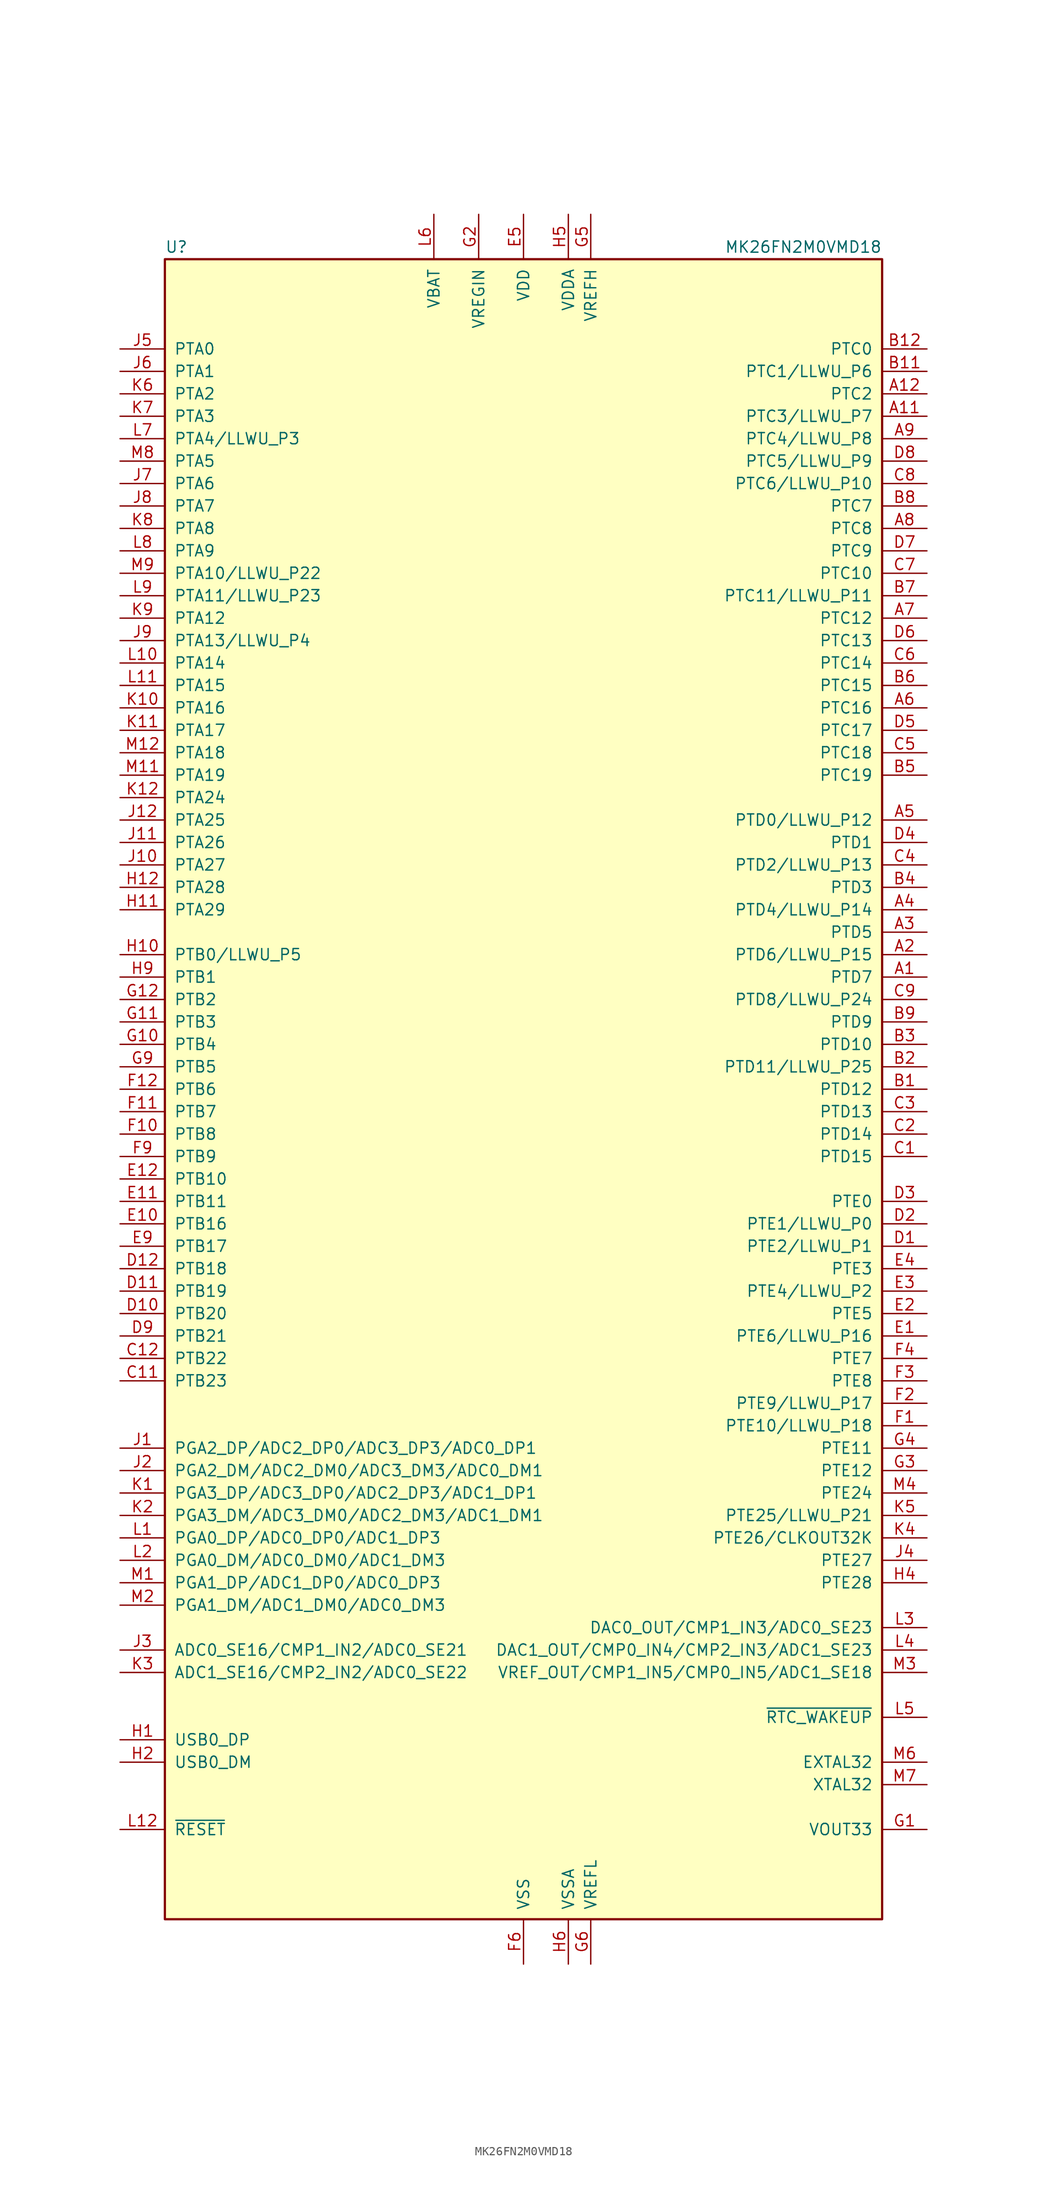
<source format=kicad_sym>
(kicad_symbol_lib
  (version 20200908)
  (generator kicad_symbol_editor)
  (symbol "MCU_NXP_Kinetis:MK26FN2M0VMD18"
    (pin_names
      (offset 1.016))
    (property "Reference" "U"
      (at -40.64 94.615 0)
      (effects (font (size 1.27 1.27)) (justify left bottom)))
    (property "Value" "MK26FN2M0VMD18"
      (at 40.64 94.615 0)
      (effects (font (size 1.27 1.27)) (justify right bottom)))
    (symbol "MK26FN2M0VMD18_0_1"
      (rectangle (start -40.64 93.98) (end 40.64 -93.98) (stroke (width 0.254)) (fill (type background))))
    (symbol "MK26FN2M0VMD18_1_1"
      (pin bidirectional line (at 45.72 12.7 180) (length 5.08) (name "PTD7" (effects (font (size 1.27 1.27)))) (number "A1" (effects (font (size 1.27 1.27)))))
      (pin unconnected line (at -12.7 -99.06 90) (length 5.08) hide (name "NC" (effects (font (size 1.27 1.27)))) (number "A10" (effects (font (size 1.27 1.27)))))
      (pin bidirectional line (at 45.72 76.2 180) (length 5.08) (name "PTC3/LLWU_P7" (effects (font (size 1.27 1.27)))) (number "A11" (effects (font (size 1.27 1.27)))))
      (pin bidirectional line (at 45.72 78.74 180) (length 5.08) (name "PTC2" (effects (font (size 1.27 1.27)))) (number "A12" (effects (font (size 1.27 1.27)))))
      (pin bidirectional line (at 45.72 15.24 180) (length 5.08) (name "PTD6/LLWU_P15" (effects (font (size 1.27 1.27)))) (number "A2" (effects (font (size 1.27 1.27)))))
      (pin bidirectional line (at 45.72 17.78 180) (length 5.08) (name "PTD5" (effects (font (size 1.27 1.27)))) (number "A3" (effects (font (size 1.27 1.27)))))
      (pin bidirectional line (at 45.72 20.32 180) (length 5.08) (name "PTD4/LLWU_P14" (effects (font (size 1.27 1.27)))) (number "A4" (effects (font (size 1.27 1.27)))))
      (pin bidirectional line (at 45.72 30.48 180) (length 5.08) (name "PTD0/LLWU_P12" (effects (font (size 1.27 1.27)))) (number "A5" (effects (font (size 1.27 1.27)))))
      (pin bidirectional line (at 45.72 43.18 180) (length 5.08) (name "PTC16" (effects (font (size 1.27 1.27)))) (number "A6" (effects (font (size 1.27 1.27)))))
      (pin bidirectional line (at 45.72 53.34 180) (length 5.08) (name "PTC12" (effects (font (size 1.27 1.27)))) (number "A7" (effects (font (size 1.27 1.27)))))
      (pin bidirectional line (at 45.72 63.5 180) (length 5.08) (name "PTC8" (effects (font (size 1.27 1.27)))) (number "A8" (effects (font (size 1.27 1.27)))))
      (pin bidirectional line (at 45.72 73.66 180) (length 5.08) (name "PTC4/LLWU_P8" (effects (font (size 1.27 1.27)))) (number "A9" (effects (font (size 1.27 1.27)))))
      (pin bidirectional line (at 45.72 0 180) (length 5.08) (name "PTD12" (effects (font (size 1.27 1.27)))) (number "B1" (effects (font (size 1.27 1.27)))))
      (pin unconnected line (at -10.16 -99.06 90) (length 5.08) hide (name "NC" (effects (font (size 1.27 1.27)))) (number "B10" (effects (font (size 1.27 1.27)))))
      (pin bidirectional line (at 45.72 81.28 180) (length 5.08) (name "PTC1/LLWU_P6" (effects (font (size 1.27 1.27)))) (number "B11" (effects (font (size 1.27 1.27)))))
      (pin bidirectional line (at 45.72 83.82 180) (length 5.08) (name "PTC0" (effects (font (size 1.27 1.27)))) (number "B12" (effects (font (size 1.27 1.27)))))
      (pin bidirectional line (at 45.72 2.54 180) (length 5.08) (name "PTD11/LLWU_P25" (effects (font (size 1.27 1.27)))) (number "B2" (effects (font (size 1.27 1.27)))))
      (pin bidirectional line (at 45.72 5.08 180) (length 5.08) (name "PTD10" (effects (font (size 1.27 1.27)))) (number "B3" (effects (font (size 1.27 1.27)))))
      (pin bidirectional line (at 45.72 22.86 180) (length 5.08) (name "PTD3" (effects (font (size 1.27 1.27)))) (number "B4" (effects (font (size 1.27 1.27)))))
      (pin bidirectional line (at 45.72 35.56 180) (length 5.08) (name "PTC19" (effects (font (size 1.27 1.27)))) (number "B5" (effects (font (size 1.27 1.27)))))
      (pin bidirectional line (at 45.72 45.72 180) (length 5.08) (name "PTC15" (effects (font (size 1.27 1.27)))) (number "B6" (effects (font (size 1.27 1.27)))))
      (pin bidirectional line (at 45.72 55.88 180) (length 5.08) (name "PTC11/LLWU_P11" (effects (font (size 1.27 1.27)))) (number "B7" (effects (font (size 1.27 1.27)))))
      (pin bidirectional line (at 45.72 66.04 180) (length 5.08) (name "PTC7" (effects (font (size 1.27 1.27)))) (number "B8" (effects (font (size 1.27 1.27)))))
      (pin bidirectional line (at 45.72 7.62 180) (length 5.08) (name "PTD9" (effects (font (size 1.27 1.27)))) (number "B9" (effects (font (size 1.27 1.27)))))
      (pin bidirectional line (at 45.72 -7.62 180) (length 5.08) (name "PTD15" (effects (font (size 1.27 1.27)))) (number "C1" (effects (font (size 1.27 1.27)))))
      (pin unconnected line (at -7.62 -99.06 90) (length 5.08) hide (name "NC" (effects (font (size 1.27 1.27)))) (number "C10" (effects (font (size 1.27 1.27)))))
      (pin bidirectional line (at -45.72 -33.02 0) (length 5.08) (name "PTB23" (effects (font (size 1.27 1.27)))) (number "C11" (effects (font (size 1.27 1.27)))))
      (pin bidirectional line (at -45.72 -30.48 0) (length 5.08) (name "PTB22" (effects (font (size 1.27 1.27)))) (number "C12" (effects (font (size 1.27 1.27)))))
      (pin bidirectional line (at 45.72 -5.08 180) (length 5.08) (name "PTD14" (effects (font (size 1.27 1.27)))) (number "C2" (effects (font (size 1.27 1.27)))))
      (pin bidirectional line (at 45.72 -2.54 180) (length 5.08) (name "PTD13" (effects (font (size 1.27 1.27)))) (number "C3" (effects (font (size 1.27 1.27)))))
      (pin bidirectional line (at 45.72 25.4 180) (length 5.08) (name "PTD2/LLWU_P13" (effects (font (size 1.27 1.27)))) (number "C4" (effects (font (size 1.27 1.27)))))
      (pin bidirectional line (at 45.72 38.1 180) (length 5.08) (name "PTC18" (effects (font (size 1.27 1.27)))) (number "C5" (effects (font (size 1.27 1.27)))))
      (pin bidirectional line (at 45.72 48.26 180) (length 5.08) (name "PTC14" (effects (font (size 1.27 1.27)))) (number "C6" (effects (font (size 1.27 1.27)))))
      (pin bidirectional line (at 45.72 58.42 180) (length 5.08) (name "PTC10" (effects (font (size 1.27 1.27)))) (number "C7" (effects (font (size 1.27 1.27)))))
      (pin bidirectional line (at 45.72 68.58 180) (length 5.08) (name "PTC6/LLWU_P10" (effects (font (size 1.27 1.27)))) (number "C8" (effects (font (size 1.27 1.27)))))
      (pin bidirectional line (at 45.72 10.16 180) (length 5.08) (name "PTD8/LLWU_P24" (effects (font (size 1.27 1.27)))) (number "C9" (effects (font (size 1.27 1.27)))))
      (pin bidirectional line (at 45.72 -17.78 180) (length 5.08) (name "PTE2/LLWU_P1" (effects (font (size 1.27 1.27)))) (number "D1" (effects (font (size 1.27 1.27)))))
      (pin bidirectional line (at -45.72 -25.4 0) (length 5.08) (name "PTB20" (effects (font (size 1.27 1.27)))) (number "D10" (effects (font (size 1.27 1.27)))))
      (pin bidirectional line (at -45.72 -22.86 0) (length 5.08) (name "PTB19" (effects (font (size 1.27 1.27)))) (number "D11" (effects (font (size 1.27 1.27)))))
      (pin bidirectional line (at -45.72 -20.32 0) (length 5.08) (name "PTB18" (effects (font (size 1.27 1.27)))) (number "D12" (effects (font (size 1.27 1.27)))))
      (pin bidirectional line (at 45.72 -15.24 180) (length 5.08) (name "PTE1/LLWU_P0" (effects (font (size 1.27 1.27)))) (number "D2" (effects (font (size 1.27 1.27)))))
      (pin bidirectional line (at 45.72 -12.7 180) (length 5.08) (name "PTE0" (effects (font (size 1.27 1.27)))) (number "D3" (effects (font (size 1.27 1.27)))))
      (pin bidirectional line (at 45.72 27.94 180) (length 5.08) (name "PTD1" (effects (font (size 1.27 1.27)))) (number "D4" (effects (font (size 1.27 1.27)))))
      (pin bidirectional line (at 45.72 40.64 180) (length 5.08) (name "PTC17" (effects (font (size 1.27 1.27)))) (number "D5" (effects (font (size 1.27 1.27)))))
      (pin bidirectional line (at 45.72 50.8 180) (length 5.08) (name "PTC13" (effects (font (size 1.27 1.27)))) (number "D6" (effects (font (size 1.27 1.27)))))
      (pin bidirectional line (at 45.72 60.96 180) (length 5.08) (name "PTC9" (effects (font (size 1.27 1.27)))) (number "D7" (effects (font (size 1.27 1.27)))))
      (pin bidirectional line (at 45.72 71.12 180) (length 5.08) (name "PTC5/LLWU_P9" (effects (font (size 1.27 1.27)))) (number "D8" (effects (font (size 1.27 1.27)))))
      (pin bidirectional line (at -45.72 -27.94 0) (length 5.08) (name "PTB21" (effects (font (size 1.27 1.27)))) (number "D9" (effects (font (size 1.27 1.27)))))
      (pin bidirectional line (at 45.72 -27.94 180) (length 5.08) (name "PTE6/LLWU_P16" (effects (font (size 1.27 1.27)))) (number "E1" (effects (font (size 1.27 1.27)))))
      (pin bidirectional line (at -45.72 -15.24 0) (length 5.08) (name "PTB16" (effects (font (size 1.27 1.27)))) (number "E10" (effects (font (size 1.27 1.27)))))
      (pin bidirectional line (at -45.72 -12.7 0) (length 5.08) (name "PTB11" (effects (font (size 1.27 1.27)))) (number "E11" (effects (font (size 1.27 1.27)))))
      (pin bidirectional line (at -45.72 -10.16 0) (length 5.08) (name "PTB10" (effects (font (size 1.27 1.27)))) (number "E12" (effects (font (size 1.27 1.27)))))
      (pin bidirectional line (at 45.72 -25.4 180) (length 5.08) (name "PTE5" (effects (font (size 1.27 1.27)))) (number "E2" (effects (font (size 1.27 1.27)))))
      (pin bidirectional line (at 45.72 -22.86 180) (length 5.08) (name "PTE4/LLWU_P2" (effects (font (size 1.27 1.27)))) (number "E3" (effects (font (size 1.27 1.27)))))
      (pin bidirectional line (at 45.72 -20.32 180) (length 5.08) (name "PTE3" (effects (font (size 1.27 1.27)))) (number "E4" (effects (font (size 1.27 1.27)))))
      (pin power_in line (at 0 99.06 270) (length 5.08) (name "VDD" (effects (font (size 1.27 1.27)))) (number "E5" (effects (font (size 1.27 1.27)))))
      (pin passive line (at 0 99.06 270) (length 5.08) hide (name "VDD" (effects (font (size 1.27 1.27)))) (number "E6" (effects (font (size 1.27 1.27)))))
      (pin passive line (at 0 99.06 270) (length 5.08) hide (name "VDD" (effects (font (size 1.27 1.27)))) (number "E7" (effects (font (size 1.27 1.27)))))
      (pin passive line (at 0 99.06 270) (length 5.08) hide (name "VDD" (effects (font (size 1.27 1.27)))) (number "E8" (effects (font (size 1.27 1.27)))))
      (pin bidirectional line (at -45.72 -17.78 0) (length 5.08) (name "PTB17" (effects (font (size 1.27 1.27)))) (number "E9" (effects (font (size 1.27 1.27)))))
      (pin bidirectional line (at 45.72 -38.1 180) (length 5.08) (name "PTE10/LLWU_P18" (effects (font (size 1.27 1.27)))) (number "F1" (effects (font (size 1.27 1.27)))))
      (pin bidirectional line (at -45.72 -5.08 0) (length 5.08) (name "PTB8" (effects (font (size 1.27 1.27)))) (number "F10" (effects (font (size 1.27 1.27)))))
      (pin bidirectional line (at -45.72 -2.54 0) (length 5.08) (name "PTB7" (effects (font (size 1.27 1.27)))) (number "F11" (effects (font (size 1.27 1.27)))))
      (pin bidirectional line (at -45.72 0 0) (length 5.08) (name "PTB6" (effects (font (size 1.27 1.27)))) (number "F12" (effects (font (size 1.27 1.27)))))
      (pin bidirectional line (at 45.72 -35.56 180) (length 5.08) (name "PTE9/LLWU_P17" (effects (font (size 1.27 1.27)))) (number "F2" (effects (font (size 1.27 1.27)))))
      (pin bidirectional line (at 45.72 -33.02 180) (length 5.08) (name "PTE8" (effects (font (size 1.27 1.27)))) (number "F3" (effects (font (size 1.27 1.27)))))
      (pin bidirectional line (at 45.72 -30.48 180) (length 5.08) (name "PTE7" (effects (font (size 1.27 1.27)))) (number "F4" (effects (font (size 1.27 1.27)))))
      (pin passive line (at 0 99.06 270) (length 5.08) hide (name "VDD" (effects (font (size 1.27 1.27)))) (number "F5" (effects (font (size 1.27 1.27)))))
      (pin power_in line (at 0 -99.06 90) (length 5.08) (name "VSS" (effects (font (size 1.27 1.27)))) (number "F6" (effects (font (size 1.27 1.27)))))
      (pin passive line (at 0 -99.06 90) (length 5.08) hide (name "VSS" (effects (font (size 1.27 1.27)))) (number "F7" (effects (font (size 1.27 1.27)))))
      (pin passive line (at 0 99.06 270) (length 5.08) hide (name "VDD" (effects (font (size 1.27 1.27)))) (number "F8" (effects (font (size 1.27 1.27)))))
      (pin bidirectional line (at -45.72 -7.62 0) (length 5.08) (name "PTB9" (effects (font (size 1.27 1.27)))) (number "F9" (effects (font (size 1.27 1.27)))))
      (pin power_out line (at 45.72 -83.82 180) (length 5.08) (name "VOUT33" (effects (font (size 1.27 1.27)))) (number "G1" (effects (font (size 1.27 1.27)))))
      (pin bidirectional line (at -45.72 5.08 0) (length 5.08) (name "PTB4" (effects (font (size 1.27 1.27)))) (number "G10" (effects (font (size 1.27 1.27)))))
      (pin bidirectional line (at -45.72 7.62 0) (length 5.08) (name "PTB3" (effects (font (size 1.27 1.27)))) (number "G11" (effects (font (size 1.27 1.27)))))
      (pin bidirectional line (at -45.72 10.16 0) (length 5.08) (name "PTB2" (effects (font (size 1.27 1.27)))) (number "G12" (effects (font (size 1.27 1.27)))))
      (pin power_in line (at -5.08 99.06 270) (length 5.08) (name "VREGIN" (effects (font (size 1.27 1.27)))) (number "G2" (effects (font (size 1.27 1.27)))))
      (pin bidirectional line (at 45.72 -43.18 180) (length 5.08) (name "PTE12" (effects (font (size 1.27 1.27)))) (number "G3" (effects (font (size 1.27 1.27)))))
      (pin bidirectional line (at 45.72 -40.64 180) (length 5.08) (name "PTE11" (effects (font (size 1.27 1.27)))) (number "G4" (effects (font (size 1.27 1.27)))))
      (pin power_in line (at 7.62 99.06 270) (length 5.08) (name "VREFH" (effects (font (size 1.27 1.27)))) (number "G5" (effects (font (size 1.27 1.27)))))
      (pin power_in line (at 7.62 -99.06 90) (length 5.08) (name "VREFL" (effects (font (size 1.27 1.27)))) (number "G6" (effects (font (size 1.27 1.27)))))
      (pin passive line (at 0 -99.06 90) (length 5.08) hide (name "VSS" (effects (font (size 1.27 1.27)))) (number "G7" (effects (font (size 1.27 1.27)))))
      (pin passive line (at 0 -99.06 90) (length 5.08) hide (name "VSS" (effects (font (size 1.27 1.27)))) (number "G8" (effects (font (size 1.27 1.27)))))
      (pin bidirectional line (at -45.72 2.54 0) (length 5.08) (name "PTB5" (effects (font (size 1.27 1.27)))) (number "G9" (effects (font (size 1.27 1.27)))))
      (pin bidirectional line (at -45.72 -73.66 0) (length 5.08) (name "USB0_DP" (effects (font (size 1.27 1.27)))) (number "H1" (effects (font (size 1.27 1.27)))))
      (pin bidirectional line (at -45.72 15.24 0) (length 5.08) (name "PTB0/LLWU_P5" (effects (font (size 1.27 1.27)))) (number "H10" (effects (font (size 1.27 1.27)))))
      (pin bidirectional line (at -45.72 20.32 0) (length 5.08) (name "PTA29" (effects (font (size 1.27 1.27)))) (number "H11" (effects (font (size 1.27 1.27)))))
      (pin bidirectional line (at -45.72 22.86 0) (length 5.08) (name "PTA28" (effects (font (size 1.27 1.27)))) (number "H12" (effects (font (size 1.27 1.27)))))
      (pin bidirectional line (at -45.72 -76.2 0) (length 5.08) (name "USB0_DM" (effects (font (size 1.27 1.27)))) (number "H2" (effects (font (size 1.27 1.27)))))
      (pin passive line (at 0 -99.06 90) (length 5.08) hide (name "VSS" (effects (font (size 1.27 1.27)))) (number "H3" (effects (font (size 1.27 1.27)))))
      (pin bidirectional line (at 45.72 -55.88 180) (length 5.08) (name "PTE28" (effects (font (size 1.27 1.27)))) (number "H4" (effects (font (size 1.27 1.27)))))
      (pin power_in line (at 5.08 99.06 270) (length 5.08) (name "VDDA" (effects (font (size 1.27 1.27)))) (number "H5" (effects (font (size 1.27 1.27)))))
      (pin power_in line (at 5.08 -99.06 90) (length 5.08) (name "VSSA" (effects (font (size 1.27 1.27)))) (number "H6" (effects (font (size 1.27 1.27)))))
      (pin passive line (at 0 -99.06 90) (length 5.08) hide (name "VSS" (effects (font (size 1.27 1.27)))) (number "H7" (effects (font (size 1.27 1.27)))))
      (pin passive line (at 0 -99.06 90) (length 5.08) hide (name "VSS" (effects (font (size 1.27 1.27)))) (number "H8" (effects (font (size 1.27 1.27)))))
      (pin bidirectional line (at -45.72 12.7 0) (length 5.08) (name "PTB1" (effects (font (size 1.27 1.27)))) (number "H9" (effects (font (size 1.27 1.27)))))
      (pin input line (at -45.72 -40.64 0) (length 5.08) (name "PGA2_DP/ADC2_DP0/ADC3_DP3/ADC0_DP1" (effects (font (size 1.27 1.27)))) (number "J1" (effects (font (size 1.27 1.27)))))
      (pin bidirectional line (at -45.72 25.4 0) (length 5.08) (name "PTA27" (effects (font (size 1.27 1.27)))) (number "J10" (effects (font (size 1.27 1.27)))))
      (pin bidirectional line (at -45.72 27.94 0) (length 5.08) (name "PTA26" (effects (font (size 1.27 1.27)))) (number "J11" (effects (font (size 1.27 1.27)))))
      (pin bidirectional line (at -45.72 30.48 0) (length 5.08) (name "PTA25" (effects (font (size 1.27 1.27)))) (number "J12" (effects (font (size 1.27 1.27)))))
      (pin input line (at -45.72 -43.18 0) (length 5.08) (name "PGA2_DM/ADC2_DM0/ADC3_DM3/ADC0_DM1" (effects (font (size 1.27 1.27)))) (number "J2" (effects (font (size 1.27 1.27)))))
      (pin input line (at -45.72 -63.5 0) (length 5.08) (name "ADC0_SE16/CMP1_IN2/ADC0_SE21" (effects (font (size 1.27 1.27)))) (number "J3" (effects (font (size 1.27 1.27)))))
      (pin bidirectional line (at 45.72 -53.34 180) (length 5.08) (name "PTE27" (effects (font (size 1.27 1.27)))) (number "J4" (effects (font (size 1.27 1.27)))))
      (pin bidirectional line (at -45.72 83.82 0) (length 5.08) (name "PTA0" (effects (font (size 1.27 1.27)))) (number "J5" (effects (font (size 1.27 1.27)))))
      (pin bidirectional line (at -45.72 81.28 0) (length 5.08) (name "PTA1" (effects (font (size 1.27 1.27)))) (number "J6" (effects (font (size 1.27 1.27)))))
      (pin bidirectional line (at -45.72 68.58 0) (length 5.08) (name "PTA6" (effects (font (size 1.27 1.27)))) (number "J7" (effects (font (size 1.27 1.27)))))
      (pin bidirectional line (at -45.72 66.04 0) (length 5.08) (name "PTA7" (effects (font (size 1.27 1.27)))) (number "J8" (effects (font (size 1.27 1.27)))))
      (pin bidirectional line (at -45.72 50.8 0) (length 5.08) (name "PTA13/LLWU_P4" (effects (font (size 1.27 1.27)))) (number "J9" (effects (font (size 1.27 1.27)))))
      (pin input line (at -45.72 -45.72 0) (length 5.08) (name "PGA3_DP/ADC3_DP0/ADC2_DP3/ADC1_DP1" (effects (font (size 1.27 1.27)))) (number "K1" (effects (font (size 1.27 1.27)))))
      (pin bidirectional line (at -45.72 43.18 0) (length 5.08) (name "PTA16" (effects (font (size 1.27 1.27)))) (number "K10" (effects (font (size 1.27 1.27)))))
      (pin bidirectional line (at -45.72 40.64 0) (length 5.08) (name "PTA17" (effects (font (size 1.27 1.27)))) (number "K11" (effects (font (size 1.27 1.27)))))
      (pin bidirectional line (at -45.72 33.02 0) (length 5.08) (name "PTA24" (effects (font (size 1.27 1.27)))) (number "K12" (effects (font (size 1.27 1.27)))))
      (pin input line (at -45.72 -48.26 0) (length 5.08) (name "PGA3_DM/ADC3_DM0/ADC2_DM3/ADC1_DM1" (effects (font (size 1.27 1.27)))) (number "K2" (effects (font (size 1.27 1.27)))))
      (pin input line (at -45.72 -66.04 0) (length 5.08) (name "ADC1_SE16/CMP2_IN2/ADC0_SE22" (effects (font (size 1.27 1.27)))) (number "K3" (effects (font (size 1.27 1.27)))))
      (pin bidirectional line (at 45.72 -50.8 180) (length 5.08) (name "PTE26/CLKOUT32K" (effects (font (size 1.27 1.27)))) (number "K4" (effects (font (size 1.27 1.27)))))
      (pin bidirectional line (at 45.72 -48.26 180) (length 5.08) (name "PTE25/LLWU_P21" (effects (font (size 1.27 1.27)))) (number "K5" (effects (font (size 1.27 1.27)))))
      (pin bidirectional line (at -45.72 78.74 0) (length 5.08) (name "PTA2" (effects (font (size 1.27 1.27)))) (number "K6" (effects (font (size 1.27 1.27)))))
      (pin bidirectional line (at -45.72 76.2 0) (length 5.08) (name "PTA3" (effects (font (size 1.27 1.27)))) (number "K7" (effects (font (size 1.27 1.27)))))
      (pin bidirectional line (at -45.72 63.5 0) (length 5.08) (name "PTA8" (effects (font (size 1.27 1.27)))) (number "K8" (effects (font (size 1.27 1.27)))))
      (pin bidirectional line (at -45.72 53.34 0) (length 5.08) (name "PTA12" (effects (font (size 1.27 1.27)))) (number "K9" (effects (font (size 1.27 1.27)))))
      (pin input line (at -45.72 -50.8 0) (length 5.08) (name "PGA0_DP/ADC0_DP0/ADC1_DP3" (effects (font (size 1.27 1.27)))) (number "L1" (effects (font (size 1.27 1.27)))))
      (pin bidirectional line (at -45.72 48.26 0) (length 5.08) (name "PTA14" (effects (font (size 1.27 1.27)))) (number "L10" (effects (font (size 1.27 1.27)))))
      (pin bidirectional line (at -45.72 45.72 0) (length 5.08) (name "PTA15" (effects (font (size 1.27 1.27)))) (number "L11" (effects (font (size 1.27 1.27)))))
      (pin bidirectional line (at -45.72 -83.82 0) (length 5.08) (name "~RESET" (effects (font (size 1.27 1.27)))) (number "L12" (effects (font (size 1.27 1.27)))))
      (pin input line (at -45.72 -53.34 0) (length 5.08) (name "PGA0_DM/ADC0_DM0/ADC1_DM3" (effects (font (size 1.27 1.27)))) (number "L2" (effects (font (size 1.27 1.27)))))
      (pin bidirectional line (at 45.72 -60.96 180) (length 5.08) (name "DAC0_OUT/CMP1_IN3/ADC0_SE23" (effects (font (size 1.27 1.27)))) (number "L3" (effects (font (size 1.27 1.27)))))
      (pin bidirectional line (at 45.72 -63.5 180) (length 5.08) (name "DAC1_OUT/CMP0_IN4/CMP2_IN3/ADC1_SE23" (effects (font (size 1.27 1.27)))) (number "L4" (effects (font (size 1.27 1.27)))))
      (pin output line (at 45.72 -71.12 180) (length 5.08) (name "~RTC_WAKEUP" (effects (font (size 1.27 1.27)))) (number "L5" (effects (font (size 1.27 1.27)))))
      (pin power_in line (at -10.16 99.06 270) (length 5.08) (name "VBAT" (effects (font (size 1.27 1.27)))) (number "L6" (effects (font (size 1.27 1.27)))))
      (pin bidirectional line (at -45.72 73.66 0) (length 5.08) (name "PTA4/LLWU_P3" (effects (font (size 1.27 1.27)))) (number "L7" (effects (font (size 1.27 1.27)))))
      (pin bidirectional line (at -45.72 60.96 0) (length 5.08) (name "PTA9" (effects (font (size 1.27 1.27)))) (number "L8" (effects (font (size 1.27 1.27)))))
      (pin bidirectional line (at -45.72 55.88 0) (length 5.08) (name "PTA11/LLWU_P23" (effects (font (size 1.27 1.27)))) (number "L9" (effects (font (size 1.27 1.27)))))
      (pin input line (at -45.72 -55.88 0) (length 5.08) (name "PGA1_DP/ADC1_DP0/ADC0_DP3" (effects (font (size 1.27 1.27)))) (number "M1" (effects (font (size 1.27 1.27)))))
      (pin passive line (at 0 -99.06 90) (length 5.08) hide (name "VSS" (effects (font (size 1.27 1.27)))) (number "M10" (effects (font (size 1.27 1.27)))))
      (pin bidirectional line (at -45.72 35.56 0) (length 5.08) (name "PTA19" (effects (font (size 1.27 1.27)))) (number "M11" (effects (font (size 1.27 1.27)))))
      (pin bidirectional line (at -45.72 38.1 0) (length 5.08) (name "PTA18" (effects (font (size 1.27 1.27)))) (number "M12" (effects (font (size 1.27 1.27)))))
      (pin input line (at -45.72 -58.42 0) (length 5.08) (name "PGA1_DM/ADC1_DM0/ADC0_DM3" (effects (font (size 1.27 1.27)))) (number "M2" (effects (font (size 1.27 1.27)))))
      (pin bidirectional line (at 45.72 -66.04 180) (length 5.08) (name "VREF_OUT/CMP1_IN5/CMP0_IN5/ADC1_SE18" (effects (font (size 1.27 1.27)))) (number "M3" (effects (font (size 1.27 1.27)))))
      (pin bidirectional line (at 45.72 -45.72 180) (length 5.08) (name "PTE24" (effects (font (size 1.27 1.27)))) (number "M4" (effects (font (size 1.27 1.27)))))
      (pin unconnected line (at -5.08 -99.06 90) (length 5.08) hide (name "NC" (effects (font (size 1.27 1.27)))) (number "M5" (effects (font (size 1.27 1.27)))))
      (pin input line (at 45.72 -76.2 180) (length 5.08) (name "EXTAL32" (effects (font (size 1.27 1.27)))) (number "M6" (effects (font (size 1.27 1.27)))))
      (pin output line (at 45.72 -78.74 180) (length 5.08) (name "XTAL32" (effects (font (size 1.27 1.27)))) (number "M7" (effects (font (size 1.27 1.27)))))
      (pin bidirectional line (at -45.72 71.12 0) (length 5.08) (name "PTA5" (effects (font (size 1.27 1.27)))) (number "M8" (effects (font (size 1.27 1.27)))))
      (pin bidirectional line (at -45.72 58.42 0) (length 5.08) (name "PTA10/LLWU_P22" (effects (font (size 1.27 1.27)))) (number "M9" (effects (font (size 1.27 1.27))))))))
</source>
